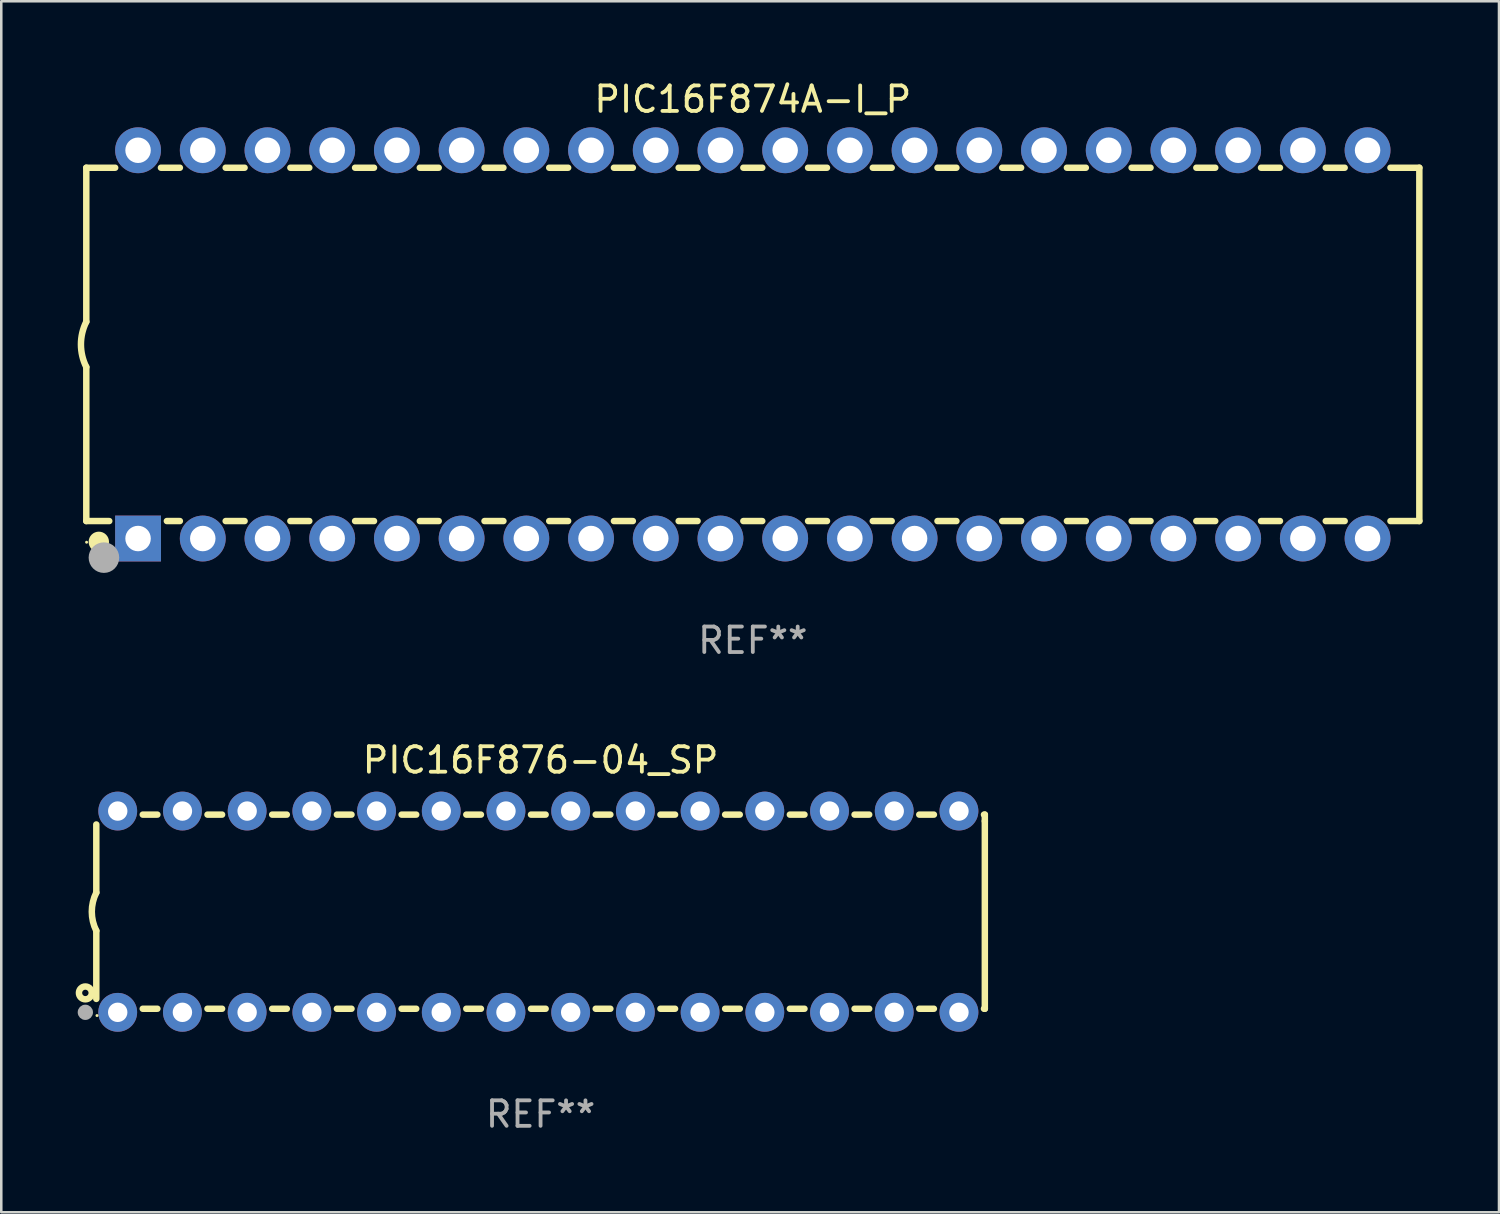
<source format=kicad_pcb>
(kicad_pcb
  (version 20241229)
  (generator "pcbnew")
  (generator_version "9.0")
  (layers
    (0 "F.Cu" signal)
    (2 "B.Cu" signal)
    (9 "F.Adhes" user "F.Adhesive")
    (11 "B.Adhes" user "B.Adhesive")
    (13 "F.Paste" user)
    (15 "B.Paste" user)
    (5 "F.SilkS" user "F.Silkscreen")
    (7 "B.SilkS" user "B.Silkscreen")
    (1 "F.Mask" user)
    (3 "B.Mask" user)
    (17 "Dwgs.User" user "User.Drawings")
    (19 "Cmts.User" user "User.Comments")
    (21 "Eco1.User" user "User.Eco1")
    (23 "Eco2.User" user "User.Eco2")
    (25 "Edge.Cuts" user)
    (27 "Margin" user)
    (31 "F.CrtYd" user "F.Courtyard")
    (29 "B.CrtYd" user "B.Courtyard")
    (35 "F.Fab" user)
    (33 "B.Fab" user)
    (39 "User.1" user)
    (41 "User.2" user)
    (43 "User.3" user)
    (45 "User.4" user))
  (footprint "PIC16F874A-I_P"
    (layer "F.Cu")
    (at 26.499 10.468)
    (property "Reference" "PIC16F874A-I_P" (at 0 -9.62 0) (layer "F.SilkS") (effects (font (size 1 1) (thickness 0.15))))
    (attr through_hole)
    (fp_line (start -26.162 -6.934) (end -26.162 -0.889) (stroke (width 0.254) (type solid)) (layer "F.SilkS"))
    (fp_line (start -26.162 -6.934) (end -25.029 -6.934) (stroke (width 0.254) (type solid)) (layer "F.SilkS"))
    (fp_line (start -26.162 6.934) (end -26.162 0.889) (stroke (width 0.254) (type solid)) (layer "F.SilkS"))
    (fp_line (start -26.162 6.934) (end -25.261 6.934) (stroke (width 0.254) (type solid)) (layer "F.SilkS"))
    (fp_line (start -23.231 -6.934) (end -22.489 -6.934) (stroke (width 0.254) (type solid)) (layer "F.SilkS"))
    (fp_line (start -22.999 6.934) (end -22.489 6.934) (stroke (width 0.254) (type solid)) (layer "F.SilkS"))
    (fp_line (start -20.691 -6.934) (end -19.949 -6.934) (stroke (width 0.254) (type solid)) (layer "F.SilkS"))
    (fp_line (start -20.691 6.934) (end -19.949 6.934) (stroke (width 0.254) (type solid)) (layer "F.SilkS"))
    (fp_line (start -18.151 -6.934) (end -17.409 -6.934) (stroke (width 0.254) (type solid)) (layer "F.SilkS"))
    (fp_line (start -18.151 6.934) (end -17.409 6.934) (stroke (width 0.254) (type solid)) (layer "F.SilkS"))
    (fp_line (start -15.611 -6.934) (end -14.869 -6.934) (stroke (width 0.254) (type solid)) (layer "F.SilkS"))
    (fp_line (start -15.611 6.934) (end -14.869 6.934) (stroke (width 0.254) (type solid)) (layer "F.SilkS"))
    (fp_line (start -13.071 -6.934) (end -12.329 -6.934) (stroke (width 0.254) (type solid)) (layer "F.SilkS"))
    (fp_line (start -13.071 6.934) (end -12.329 6.934) (stroke (width 0.254) (type solid)) (layer "F.SilkS"))
    (fp_line (start -10.531 -6.934) (end -9.789 -6.934) (stroke (width 0.254) (type solid)) (layer "F.SilkS"))
    (fp_line (start -10.531 6.934) (end -9.789 6.934) (stroke (width 0.254) (type solid)) (layer "F.SilkS"))
    (fp_line (start -7.991 -6.934) (end -7.249 -6.934) (stroke (width 0.254) (type solid)) (layer "F.SilkS"))
    (fp_line (start -7.991 6.934) (end -7.249 6.934) (stroke (width 0.254) (type solid)) (layer "F.SilkS"))
    (fp_line (start -5.451 -6.934) (end -4.709 -6.934) (stroke (width 0.254) (type solid)) (layer "F.SilkS"))
    (fp_line (start -5.451 6.934) (end -4.709 6.934) (stroke (width 0.254) (type solid)) (layer "F.SilkS"))
    (fp_line (start -2.911 -6.934) (end -2.169 -6.934) (stroke (width 0.254) (type solid)) (layer "F.SilkS"))
    (fp_line (start -2.911 6.934) (end -2.169 6.934) (stroke (width 0.254) (type solid)) (layer "F.SilkS"))
    (fp_line (start -0.371 -6.934) (end 0.371 -6.934) (stroke (width 0.254) (type solid)) (layer "F.SilkS"))
    (fp_line (start -0.371 6.934) (end 0.371 6.934) (stroke (width 0.254) (type solid)) (layer "F.SilkS"))
    (fp_line (start 2.169 -6.934) (end 2.911 -6.934) (stroke (width 0.254) (type solid)) (layer "F.SilkS"))
    (fp_line (start 2.169 6.934) (end 2.911 6.934) (stroke (width 0.254) (type solid)) (layer "F.SilkS"))
    (fp_line (start 4.709 -6.934) (end 5.451 -6.934) (stroke (width 0.254) (type solid)) (layer "F.SilkS"))
    (fp_line (start 4.709 6.934) (end 5.451 6.934) (stroke (width 0.254) (type solid)) (layer "F.SilkS"))
    (fp_line (start 7.249 -6.934) (end 7.991 -6.934) (stroke (width 0.254) (type solid)) (layer "F.SilkS"))
    (fp_line (start 7.249 6.934) (end 7.991 6.934) (stroke (width 0.254) (type solid)) (layer "F.SilkS"))
    (fp_line (start 9.789 -6.934) (end 10.531 -6.934) (stroke (width 0.254) (type solid)) (layer "F.SilkS"))
    (fp_line (start 9.789 6.934) (end 10.531 6.934) (stroke (width 0.254) (type solid)) (layer "F.SilkS"))
    (fp_line (start 12.329 -6.934) (end 13.071 -6.934) (stroke (width 0.254) (type solid)) (layer "F.SilkS"))
    (fp_line (start 12.329 6.934) (end 13.071 6.934) (stroke (width 0.254) (type solid)) (layer "F.SilkS"))
    (fp_line (start 14.869 -6.934) (end 15.611 -6.934) (stroke (width 0.254) (type solid)) (layer "F.SilkS"))
    (fp_line (start 14.869 6.934) (end 15.611 6.934) (stroke (width 0.254) (type solid)) (layer "F.SilkS"))
    (fp_line (start 17.409 -6.934) (end 18.151 -6.934) (stroke (width 0.254) (type solid)) (layer "F.SilkS"))
    (fp_line (start 17.409 6.934) (end 18.151 6.934) (stroke (width 0.254) (type solid)) (layer "F.SilkS"))
    (fp_line (start 19.949 -6.934) (end 20.691 -6.934) (stroke (width 0.254) (type solid)) (layer "F.SilkS"))
    (fp_line (start 19.949 6.934) (end 20.691 6.934) (stroke (width 0.254) (type solid)) (layer "F.SilkS"))
    (fp_line (start 22.489 -6.934) (end 23.231 -6.934) (stroke (width 0.254) (type solid)) (layer "F.SilkS"))
    (fp_line (start 22.489 6.934) (end 23.231 6.934) (stroke (width 0.254) (type solid)) (layer "F.SilkS"))
    (fp_line (start 25.029 -6.934) (end 26.162 -6.934) (stroke (width 0.254) (type solid)) (layer "F.SilkS"))
    (fp_line (start 25.029 6.934) (end 26.162 6.934) (stroke (width 0.254) (type solid)) (layer "F.SilkS"))
    (fp_line (start 26.162 -6.934) (end 26.162 6.934) (stroke (width 0.254) (type solid)) (layer "F.SilkS"))
    (fp_arc (start -26.162052 0.889001) (mid -26.371917 0) (end -26.162052 -0.889002) (stroke (width 0.254001) (type solid)) (layer "F.SilkS"))
    (fp_circle (center -26.15 7.765) (end -26.12 7.765) (stroke (width 0.06) (type solid)) (fill no) (layer "F.SilkS"))
    (fp_circle (center -25.67 7.75) (end -25.47 7.75) (stroke (width 0.4) (type solid)) (fill no) (layer "F.SilkS"))
    (fp_circle (center -25.47 8.37) (end -25.17 8.37) (stroke (width 0.6) (type solid)) (fill no) (layer "F.Fab"))
    (fp_text user "REF**" (at 0 11.62 0) (layer "F.Fab") (effects (font (size 1 1) (thickness 0.15))))
    (pad "1" thru_hole rect (at -24.13 7.62) (size 1.8 1.8) (drill 1) (layers "*.Cu" "*.Mask"))
    (pad "2" thru_hole circle (at -21.59 7.62) (size 1.8 1.8) (drill 1) (layers "*.Cu" "*.Mask"))
    (pad "3" thru_hole circle (at -19.05 7.62) (size 1.8 1.8) (drill 1) (layers "*.Cu" "*.Mask"))
    (pad "4" thru_hole circle (at -16.51 7.62) (size 1.8 1.8) (drill 1) (layers "*.Cu" "*.Mask"))
    (pad "5" thru_hole circle (at -13.97 7.62) (size 1.8 1.8) (drill 1) (layers "*.Cu" "*.Mask"))
    (pad "6" thru_hole circle (at -11.43 7.62) (size 1.8 1.8) (drill 1) (layers "*.Cu" "*.Mask"))
    (pad "7" thru_hole circle (at -8.89 7.62) (size 1.8 1.8) (drill 1) (layers "*.Cu" "*.Mask"))
    (pad "8" thru_hole circle (at -6.35 7.62) (size 1.8 1.8) (drill 1) (layers "*.Cu" "*.Mask"))
    (pad "9" thru_hole circle (at -3.81 7.62) (size 1.8 1.8) (drill 1) (layers "*.Cu" "*.Mask"))
    (pad "10" thru_hole circle (at -1.27 7.62) (size 1.8 1.8) (drill 1) (layers "*.Cu" "*.Mask"))
    (pad "11" thru_hole circle (at 1.27 7.62) (size 1.8 1.8) (drill 1) (layers "*.Cu" "*.Mask"))
    (pad "12" thru_hole circle (at 3.81 7.62) (size 1.8 1.8) (drill 1) (layers "*.Cu" "*.Mask"))
    (pad "13" thru_hole circle (at 6.35 7.62) (size 1.8 1.8) (drill 1) (layers "*.Cu" "*.Mask"))
    (pad "14" thru_hole circle (at 8.89 7.62) (size 1.8 1.8) (drill 1) (layers "*.Cu" "*.Mask"))
    (pad "15" thru_hole circle (at 11.43 7.62) (size 1.8 1.8) (drill 1) (layers "*.Cu" "*.Mask"))
    (pad "16" thru_hole circle (at 13.97 7.62) (size 1.8 1.8) (drill 1) (layers "*.Cu" "*.Mask"))
    (pad "17" thru_hole circle (at 16.51 7.62) (size 1.8 1.8) (drill 1) (layers "*.Cu" "*.Mask"))
    (pad "18" thru_hole circle (at 19.05 7.62) (size 1.8 1.8) (drill 1) (layers "*.Cu" "*.Mask"))
    (pad "19" thru_hole circle (at 21.59 7.62) (size 1.8 1.8) (drill 1) (layers "*.Cu" "*.Mask"))
    (pad "20" thru_hole circle (at 24.13 7.62) (size 1.8 1.8) (drill 1) (layers "*.Cu" "*.Mask"))
    (pad "21" thru_hole circle (at 24.13 -7.62) (size 1.8 1.8) (drill 1) (layers "*.Cu" "*.Mask"))
    (pad "22" thru_hole circle (at 21.59 -7.62) (size 1.8 1.8) (drill 1) (layers "*.Cu" "*.Mask"))
    (pad "23" thru_hole circle (at 19.05 -7.62) (size 1.8 1.8) (drill 1) (layers "*.Cu" "*.Mask"))
    (pad "24" thru_hole circle (at 16.51 -7.62) (size 1.8 1.8) (drill 1) (layers "*.Cu" "*.Mask"))
    (pad "25" thru_hole circle (at 13.97 -7.62) (size 1.8 1.8) (drill 1) (layers "*.Cu" "*.Mask"))
    (pad "26" thru_hole circle (at 11.43 -7.62) (size 1.8 1.8) (drill 1) (layers "*.Cu" "*.Mask"))
    (pad "27" thru_hole circle (at 8.89 -7.62) (size 1.8 1.8) (drill 1) (layers "*.Cu" "*.Mask"))
    (pad "28" thru_hole circle (at 6.35 -7.62) (size 1.8 1.8) (drill 1) (layers "*.Cu" "*.Mask"))
    (pad "29" thru_hole circle (at 3.81 -7.62) (size 1.8 1.8) (drill 1) (layers "*.Cu" "*.Mask"))
    (pad "30" thru_hole circle (at 1.27 -7.62) (size 1.8 1.8) (drill 1) (layers "*.Cu" "*.Mask"))
    (pad "31" thru_hole circle (at -1.27 -7.62) (size 1.8 1.8) (drill 1) (layers "*.Cu" "*.Mask"))
    (pad "32" thru_hole circle (at -3.81 -7.62) (size 1.8 1.8) (drill 1) (layers "*.Cu" "*.Mask"))
    (pad "33" thru_hole circle (at -6.35 -7.62) (size 1.8 1.8) (drill 1) (layers "*.Cu" "*.Mask"))
    (pad "34" thru_hole circle (at -8.89 -7.62) (size 1.8 1.8) (drill 1) (layers "*.Cu" "*.Mask"))
    (pad "35" thru_hole circle (at -11.43 -7.62) (size 1.8 1.8) (drill 1) (layers "*.Cu" "*.Mask"))
    (pad "36" thru_hole circle (at -13.97 -7.62) (size 1.8 1.8) (drill 1) (layers "*.Cu" "*.Mask"))
    (pad "37" thru_hole circle (at -16.51 -7.62) (size 1.8 1.8) (drill 1) (layers "*.Cu" "*.Mask"))
    (pad "38" thru_hole circle (at -19.05 -7.62) (size 1.8 1.8) (drill 1) (layers "*.Cu" "*.Mask"))
    (pad "39" thru_hole circle (at -21.59 -7.62) (size 1.8 1.8) (drill 1) (layers "*.Cu" "*.Mask"))
    (pad "40" thru_hole circle (at -24.13 -7.62) (size 1.8 1.8) (drill 1) (layers "*.Cu" "*.Mask")))
  (footprint "PIC16F876-04_SP"
    (layer "F.Cu")
    (at 18.168 32.735)
    (property "Reference" "PIC16F876-04_SP" (at 0 -5.95 0) (layer "F.SilkS") (effects (font (size 1 1) (thickness 0.15))))
    (attr through_hole)
    (fp_line (start -17.438 0.75) (end -17.438 3.423) (stroke (width 0.254) (type solid)) (layer "F.SilkS"))
    (fp_line (start -17.438 -3.423) (end -17.438 -0.75) (stroke (width 0.254) (type solid)) (layer "F.SilkS"))
    (fp_line (start -15.615 3.81) (end -15.041 3.81) (stroke (width 0.254) (type solid)) (layer "F.SilkS"))
    (fp_line (start -15.041 -3.81) (end -15.614 -3.81) (stroke (width 0.254) (type solid)) (layer "F.SilkS"))
    (fp_line (start -13.075 3.81) (end -12.501 3.81) (stroke (width 0.254) (type solid)) (layer "F.SilkS"))
    (fp_line (start -12.501 -3.81) (end -13.074 -3.81) (stroke (width 0.254) (type solid)) (layer "F.SilkS"))
    (fp_line (start -10.535 3.81) (end -9.961 3.81) (stroke (width 0.254) (type solid)) (layer "F.SilkS"))
    (fp_line (start -9.961 -3.81) (end -10.534 -3.81) (stroke (width 0.254) (type solid)) (layer "F.SilkS"))
    (fp_line (start -7.995 3.81) (end -7.421 3.81) (stroke (width 0.254) (type solid)) (layer "F.SilkS"))
    (fp_line (start -7.421 -3.81) (end -7.995 -3.81) (stroke (width 0.254) (type solid)) (layer "F.SilkS"))
    (fp_line (start -5.455 3.81) (end -4.881 3.81) (stroke (width 0.254) (type solid)) (layer "F.SilkS"))
    (fp_line (start -4.881 -3.81) (end -5.455 -3.81) (stroke (width 0.254) (type solid)) (layer "F.SilkS"))
    (fp_line (start -2.915 3.81) (end -2.341 3.81) (stroke (width 0.254) (type solid)) (layer "F.SilkS"))
    (fp_line (start -2.341 -3.81) (end -2.915 -3.81) (stroke (width 0.254) (type solid)) (layer "F.SilkS"))
    (fp_line (start -0.375 3.81) (end 0.199 3.81) (stroke (width 0.254) (type solid)) (layer "F.SilkS"))
    (fp_line (start 0.199 -3.81) (end -0.375 -3.81) (stroke (width 0.254) (type solid)) (layer "F.SilkS"))
    (fp_line (start 2.165 3.81) (end 2.739 3.81) (stroke (width 0.254) (type solid)) (layer "F.SilkS"))
    (fp_line (start 2.739 -3.81) (end 2.165 -3.81) (stroke (width 0.254) (type solid)) (layer "F.SilkS"))
    (fp_line (start 4.705 3.81) (end 5.279 3.81) (stroke (width 0.254) (type solid)) (layer "F.SilkS"))
    (fp_line (start 5.279 -3.81) (end 4.705 -3.81) (stroke (width 0.254) (type solid)) (layer "F.SilkS"))
    (fp_line (start 7.245 3.81) (end 7.819 3.81) (stroke (width 0.254) (type solid)) (layer "F.SilkS"))
    (fp_line (start 7.819 -3.81) (end 7.245 -3.81) (stroke (width 0.254) (type solid)) (layer "F.SilkS"))
    (fp_line (start 9.785 3.81) (end 10.359 3.81) (stroke (width 0.254) (type solid)) (layer "F.SilkS"))
    (fp_line (start 10.359 -3.81) (end 9.785 -3.81) (stroke (width 0.254) (type solid)) (layer "F.SilkS"))
    (fp_line (start 12.325 3.81) (end 12.899 3.81) (stroke (width 0.254) (type solid)) (layer "F.SilkS"))
    (fp_line (start 12.899 -3.81) (end 12.325 -3.81) (stroke (width 0.254) (type solid)) (layer "F.SilkS"))
    (fp_line (start 14.865 3.81) (end 15.439 3.81) (stroke (width 0.254) (type solid)) (layer "F.SilkS"))
    (fp_line (start 15.439 -3.81) (end 14.865 -3.81) (stroke (width 0.254) (type solid)) (layer "F.SilkS"))
    (fp_line (start 17.405 3.81) (end 17.438 3.81) (stroke (width 0.254) (type solid)) (layer "F.SilkS"))
    (fp_line (start 17.438 -3.81) (end 17.405 -3.81) (stroke (width 0.254) (type solid)) (layer "F.SilkS"))
    (fp_line (start 17.438 -3.556) (end 17.438 -3.81) (stroke (width 0.254) (type solid)) (layer "F.SilkS"))
    (fp_line (start 17.438 3.81) (end 17.438 -3.556) (stroke (width 0.254) (type solid)) (layer "F.SilkS"))
    (fp_arc (start -17.437986 0.749657) (mid -17.614887 -0.000024) (end -17.437783 -0.749657) (stroke (width 0.254001) (type solid)) (layer "F.SilkS"))
    (fp_circle (center -17.868 3.188) (end -17.743 3.188) (stroke (width 0.254) (type solid)) (fill no) (layer "F.SilkS"))
    (fp_circle (center -17.411 4.077) (end -17.381 4.077) (stroke (width 0.06) (type solid)) (fill no) (layer "F.SilkS"))
    (fp_circle (center -17.868 3.95) (end -17.718 3.95) (stroke (width 0.3) (type solid)) (fill no) (layer "F.Fab"))
    (fp_text user "REF**" (at 0 7.95 0) (layer "F.Fab") (effects (font (size 1 1) (thickness 0.15))))
    (pad "1" thru_hole circle (at -16.598 3.95) (size 1.524 1.524) (drill 0.762) (layers "*.Cu" "*.Mask"))
    (pad "2" thru_hole circle (at -14.058 3.95) (size 1.524 1.524) (drill 0.762) (layers "*.Cu" "*.Mask"))
    (pad "3" thru_hole circle (at -11.518 3.95) (size 1.524 1.524) (drill 0.762) (layers "*.Cu" "*.Mask"))
    (pad "4" thru_hole circle (at -8.978 3.95) (size 1.524 1.524) (drill 0.762) (layers "*.Cu" "*.Mask"))
    (pad "5" thru_hole circle (at -6.438 3.95) (size 1.524 1.524) (drill 0.762) (layers "*.Cu" "*.Mask"))
    (pad "6" thru_hole circle (at -3.898 3.95) (size 1.524 1.524) (drill 0.762) (layers "*.Cu" "*.Mask"))
    (pad "7" thru_hole circle (at -1.358 3.95) (size 1.524 1.524) (drill 0.762) (layers "*.Cu" "*.Mask"))
    (pad "8" thru_hole circle (at 1.182 3.95) (size 1.524 1.524) (drill 0.762) (layers "*.Cu" "*.Mask"))
    (pad "9" thru_hole circle (at 3.722 3.95) (size 1.524 1.524) (drill 0.762) (layers "*.Cu" "*.Mask"))
    (pad "10" thru_hole circle (at 6.262 3.95) (size 1.524 1.524) (drill 0.762) (layers "*.Cu" "*.Mask"))
    (pad "11" thru_hole circle (at 8.802 3.95) (size 1.524 1.524) (drill 0.762) (layers "*.Cu" "*.Mask"))
    (pad "12" thru_hole circle (at 11.342 3.95) (size 1.524 1.524) (drill 0.762) (layers "*.Cu" "*.Mask"))
    (pad "13" thru_hole circle (at 13.882 3.95) (size 1.524 1.524) (drill 0.762) (layers "*.Cu" "*.Mask"))
    (pad "14" thru_hole circle (at 16.422 3.95) (size 1.524 1.524) (drill 0.762) (layers "*.Cu" "*.Mask"))
    (pad "15" thru_hole circle (at 16.422 -3.95) (size 1.524 1.524) (drill 0.762) (layers "*.Cu" "*.Mask"))
    (pad "16" thru_hole circle (at 13.882 -3.95) (size 1.524 1.524) (drill 0.762) (layers "*.Cu" "*.Mask"))
    (pad "17" thru_hole circle (at 11.342 -3.95) (size 1.524 1.524) (drill 0.762) (layers "*.Cu" "*.Mask"))
    (pad "18" thru_hole circle (at 8.802 -3.95) (size 1.524 1.524) (drill 0.762) (layers "*.Cu" "*.Mask"))
    (pad "19" thru_hole circle (at 6.262 -3.95) (size 1.524 1.524) (drill 0.762) (layers "*.Cu" "*.Mask"))
    (pad "20" thru_hole circle (at 3.722 -3.95) (size 1.524 1.524) (drill 0.762) (layers "*.Cu" "*.Mask"))
    (pad "21" thru_hole circle (at 1.182 -3.95) (size 1.524 1.524) (drill 0.762) (layers "*.Cu" "*.Mask"))
    (pad "22" thru_hole circle (at -1.358 -3.95) (size 1.524 1.524) (drill 0.762) (layers "*.Cu" "*.Mask"))
    (pad "23" thru_hole circle (at -3.898 -3.95) (size 1.524 1.524) (drill 0.762) (layers "*.Cu" "*.Mask"))
    (pad "24" thru_hole circle (at -6.438 -3.95) (size 1.524 1.524) (drill 0.762) (layers "*.Cu" "*.Mask"))
    (pad "25" thru_hole circle (at -8.978 -3.95) (size 1.524 1.524) (drill 0.762) (layers "*.Cu" "*.Mask"))
    (pad "26" thru_hole circle (at -11.517 -3.95) (size 1.524 1.524) (drill 0.762) (layers "*.Cu" "*.Mask"))
    (pad "27" thru_hole circle (at -14.057 -3.95) (size 1.524 1.524) (drill 0.762) (layers "*.Cu" "*.Mask"))
    (pad "28" thru_hole circle (at -16.597 -3.95) (size 1.524 1.524) (drill 0.762) (layers "*.Cu" "*.Mask")))
  (gr_rect
    (start -3 -3)
    (end 55.788 44.533)
    (stroke (width 0.1) (type default))
    (fill no)
    (layer "Edge.Cuts")))
</source>
